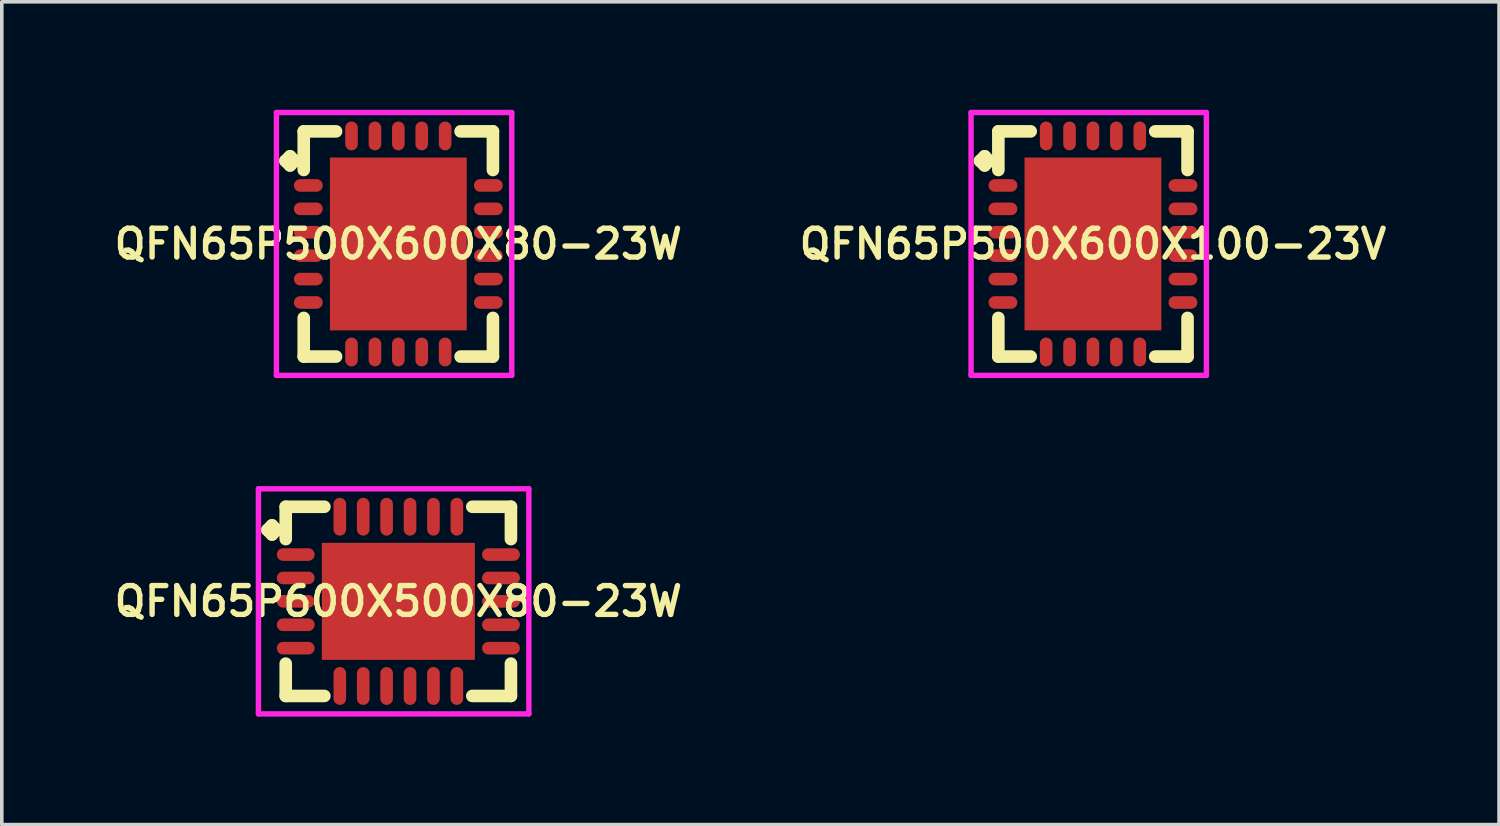
<source format=kicad_pcb>
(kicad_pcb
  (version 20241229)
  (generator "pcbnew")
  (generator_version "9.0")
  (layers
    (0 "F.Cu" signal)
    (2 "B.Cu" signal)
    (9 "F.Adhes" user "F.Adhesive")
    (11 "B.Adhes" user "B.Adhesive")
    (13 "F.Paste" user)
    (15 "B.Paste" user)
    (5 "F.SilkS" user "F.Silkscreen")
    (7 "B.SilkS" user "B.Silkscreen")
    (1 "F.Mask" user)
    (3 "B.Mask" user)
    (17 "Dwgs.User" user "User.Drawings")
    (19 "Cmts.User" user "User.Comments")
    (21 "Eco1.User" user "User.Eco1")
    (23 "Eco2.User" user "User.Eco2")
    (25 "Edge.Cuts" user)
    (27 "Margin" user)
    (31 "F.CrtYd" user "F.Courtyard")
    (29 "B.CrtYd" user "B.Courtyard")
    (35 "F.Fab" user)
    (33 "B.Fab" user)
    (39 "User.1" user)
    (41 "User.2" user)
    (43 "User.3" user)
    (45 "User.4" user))
  (footprint "QFN65P600X500X80-23W"
    (layer "F.Cu")
    (at 8.012 13.65)
    (property "Reference" "QFN65P600X500X80-23W" (at 0 0 0) (layer "F.SilkS") (effects (font (size 0.8 0.8) (thickness 0.15))))
    (attr smd)
    (fp_line (start -3.635 -1.983) (end -3.508 -2.11) (stroke (width 0.35) (type solid)) (layer "F.SilkS"))
    (fp_line (start -3.508 -2.11) (end -3.381 -1.983) (stroke (width 0.35) (type solid)) (layer "F.SilkS"))
    (fp_line (start -3.508 -1.856) (end -3.635 -1.983) (stroke (width 0.35) (type solid)) (layer "F.SilkS"))
    (fp_line (start -3.381 -1.983) (end -3.508 -1.856) (stroke (width 0.35) (type solid)) (layer "F.SilkS"))
    (fp_line (start -3.127 -2.627) (end -2.054 -2.627) (stroke (width 0.35) (type solid)) (layer "F.SilkS"))
    (fp_line (start -3.127 -1.729) (end -3.127 -2.627) (stroke (width 0.35) (type solid)) (layer "F.SilkS"))
    (fp_line (start -3.127 1.729) (end -3.127 2.627) (stroke (width 0.35) (type solid)) (layer "F.SilkS"))
    (fp_line (start -3.127 2.627) (end -2.054 2.627) (stroke (width 0.35) (type solid)) (layer "F.SilkS"))
    (fp_line (start 2.054 -2.627) (end 3.127 -2.627) (stroke (width 0.35) (type solid)) (layer "F.SilkS"))
    (fp_line (start 2.054 2.627) (end 3.127 2.627) (stroke (width 0.35) (type solid)) (layer "F.SilkS"))
    (fp_line (start 3.127 -2.627) (end 3.127 -1.729) (stroke (width 0.35) (type solid)) (layer "F.SilkS"))
    (fp_line (start 3.127 2.627) (end 3.127 1.729) (stroke (width 0.35) (type solid)) (layer "F.SilkS"))
    (fp_line (start -3.885 -3.125) (end 3.625 -3.125) (stroke (width 0.15) (type solid)) (layer "F.CrtYd"))
    (fp_line (start -3.885 3.125) (end -3.885 -3.125) (stroke (width 0.15) (type solid)) (layer "F.CrtYd"))
    (fp_line (start 3.625 -3.125) (end 3.625 3.125) (stroke (width 0.15) (type solid)) (layer "F.CrtYd"))
    (fp_line (start 3.625 3.125) (end -3.885 3.125) (stroke (width 0.15) (type solid)) (layer "F.CrtYd"))
    (pad "1" smd oval (at -2.85 -1.3) (size 1.05 0.35) (layers "F.Cu" "F.Mask" "F.Paste"))
    (pad "2" smd oval (at -2.85 -0.65) (size 1.05 0.35) (layers "F.Cu" "F.Mask" "F.Paste"))
    (pad "3" smd oval (at -2.85 0) (size 1.05 0.35) (layers "F.Cu" "F.Mask" "F.Paste"))
    (pad "4" smd oval (at -2.85 0.65) (size 1.05 0.35) (layers "F.Cu" "F.Mask" "F.Paste"))
    (pad "5" smd oval (at -2.85 1.3) (size 1.05 0.35) (layers "F.Cu" "F.Mask" "F.Paste"))
    (pad "6" smd oval (at -1.625 2.35) (size 0.35 1.05) (layers "F.Cu" "F.Mask" "F.Paste"))
    (pad "7" smd oval (at -0.975 2.35) (size 0.35 1.05) (layers "F.Cu" "F.Mask" "F.Paste"))
    (pad "8" smd oval (at -0.325 2.35) (size 0.35 1.05) (layers "F.Cu" "F.Mask" "F.Paste"))
    (pad "9" smd oval (at 0.325 2.35) (size 0.35 1.05) (layers "F.Cu" "F.Mask" "F.Paste"))
    (pad "10" smd oval (at 0.975 2.35) (size 0.35 1.05) (layers "F.Cu" "F.Mask" "F.Paste"))
    (pad "11" smd oval (at 1.625 2.35) (size 0.35 1.05) (layers "F.Cu" "F.Mask" "F.Paste"))
    (pad "12" smd oval (at 2.85 1.3) (size 1.05 0.35) (layers "F.Cu" "F.Mask" "F.Paste"))
    (pad "13" smd oval (at 2.85 0.65) (size 1.05 0.35) (layers "F.Cu" "F.Mask" "F.Paste"))
    (pad "14" smd oval (at 2.85 0) (size 1.05 0.35) (layers "F.Cu" "F.Mask" "F.Paste"))
    (pad "15" smd oval (at 2.85 -0.65) (size 1.05 0.35) (layers "F.Cu" "F.Mask" "F.Paste"))
    (pad "16" smd oval (at 2.85 -1.3) (size 1.05 0.35) (layers "F.Cu" "F.Mask" "F.Paste"))
    (pad "17" smd oval (at 1.625 -2.35) (size 0.35 1.05) (layers "F.Cu" "F.Mask" "F.Paste"))
    (pad "18" smd oval (at 0.975 -2.35) (size 0.35 1.05) (layers "F.Cu" "F.Mask" "F.Paste"))
    (pad "19" smd oval (at 0.325 -2.35) (size 0.35 1.05) (layers "F.Cu" "F.Mask" "F.Paste"))
    (pad "20" smd oval (at -0.325 -2.35) (size 0.35 1.05) (layers "F.Cu" "F.Mask" "F.Paste"))
    (pad "21" smd oval (at -0.975 -2.35) (size 0.35 1.05) (layers "F.Cu" "F.Mask" "F.Paste"))
    (pad "22" smd oval (at -1.625 -2.35) (size 0.35 1.05) (layers "F.Cu" "F.Mask" "F.Paste"))
    (pad "23" smd rect (at 0 0) (size 4.25 3.25) (layers "F.Cu" "F.Mask" "F.Paste")))
  (footprint "QFN65P500X600X100-23V"
    (layer "F.Cu")
    (at 27.302 3.725)
    (property "Reference" "QFN65P500X600X100-23V" (at 0 0 0) (layer "F.SilkS") (effects (font (size 0.8 0.8) (thickness 0.15))))
    (attr smd)
    (fp_line (start -3.135 -2.308) (end -3.008 -2.435) (stroke (width 0.35) (type solid)) (layer "F.SilkS"))
    (fp_line (start -3.008 -2.435) (end -2.881 -2.308) (stroke (width 0.35) (type solid)) (layer "F.SilkS"))
    (fp_line (start -3.008 -2.181) (end -3.135 -2.308) (stroke (width 0.35) (type solid)) (layer "F.SilkS"))
    (fp_line (start -2.881 -2.308) (end -3.008 -2.181) (stroke (width 0.35) (type solid)) (layer "F.SilkS"))
    (fp_line (start -2.627 -3.127) (end -1.729 -3.127) (stroke (width 0.35) (type solid)) (layer "F.SilkS"))
    (fp_line (start -2.627 -2.054) (end -2.627 -3.127) (stroke (width 0.35) (type solid)) (layer "F.SilkS"))
    (fp_line (start -2.627 2.054) (end -2.627 3.127) (stroke (width 0.35) (type solid)) (layer "F.SilkS"))
    (fp_line (start -2.627 3.127) (end -1.729 3.127) (stroke (width 0.35) (type solid)) (layer "F.SilkS"))
    (fp_line (start 1.729 -3.127) (end 2.627 -3.127) (stroke (width 0.35) (type solid)) (layer "F.SilkS"))
    (fp_line (start 1.729 3.127) (end 2.627 3.127) (stroke (width 0.35) (type solid)) (layer "F.SilkS"))
    (fp_line (start 2.627 -3.127) (end 2.627 -2.054) (stroke (width 0.35) (type solid)) (layer "F.SilkS"))
    (fp_line (start 2.627 3.127) (end 2.627 2.054) (stroke (width 0.35) (type solid)) (layer "F.SilkS"))
    (fp_line (start -3.385 -3.65) (end 3.15 -3.65) (stroke (width 0.15) (type solid)) (layer "F.CrtYd"))
    (fp_line (start -3.385 3.65) (end -3.385 -3.65) (stroke (width 0.15) (type solid)) (layer "F.CrtYd"))
    (fp_line (start 3.15 -3.65) (end 3.15 3.65) (stroke (width 0.15) (type solid)) (layer "F.CrtYd"))
    (fp_line (start 3.15 3.65) (end -3.385 3.65) (stroke (width 0.15) (type solid)) (layer "F.CrtYd"))
    (pad "1" smd oval (at -2.5 -1.625) (size 0.8 0.35) (layers "F.Cu" "F.Mask" "F.Paste"))
    (pad "2" smd oval (at -2.5 -0.975) (size 0.8 0.35) (layers "F.Cu" "F.Mask" "F.Paste"))
    (pad "3" smd oval (at -2.5 -0.325) (size 0.8 0.35) (layers "F.Cu" "F.Mask" "F.Paste"))
    (pad "4" smd oval (at -2.5 0.325) (size 0.8 0.35) (layers "F.Cu" "F.Mask" "F.Paste"))
    (pad "5" smd oval (at -2.5 0.975) (size 0.8 0.35) (layers "F.Cu" "F.Mask" "F.Paste"))
    (pad "6" smd oval (at -2.5 1.625) (size 0.8 0.35) (layers "F.Cu" "F.Mask" "F.Paste"))
    (pad "7" smd oval (at -1.3 3) (size 0.35 0.8) (layers "F.Cu" "F.Mask" "F.Paste"))
    (pad "8" smd oval (at -0.65 3) (size 0.35 0.8) (layers "F.Cu" "F.Mask" "F.Paste"))
    (pad "9" smd oval (at 0 3) (size 0.35 0.8) (layers "F.Cu" "F.Mask" "F.Paste"))
    (pad "10" smd oval (at 0.65 3) (size 0.35 0.8) (layers "F.Cu" "F.Mask" "F.Paste"))
    (pad "11" smd oval (at 1.3 3) (size 0.35 0.8) (layers "F.Cu" "F.Mask" "F.Paste"))
    (pad "12" smd oval (at 2.5 1.625) (size 0.8 0.35) (layers "F.Cu" "F.Mask" "F.Paste"))
    (pad "13" smd oval (at 2.5 0.975) (size 0.8 0.35) (layers "F.Cu" "F.Mask" "F.Paste"))
    (pad "14" smd oval (at 2.5 0.325) (size 0.8 0.35) (layers "F.Cu" "F.Mask" "F.Paste"))
    (pad "15" smd oval (at 2.5 -0.325) (size 0.8 0.35) (layers "F.Cu" "F.Mask" "F.Paste"))
    (pad "16" smd oval (at 2.5 -0.975) (size 0.8 0.35) (layers "F.Cu" "F.Mask" "F.Paste"))
    (pad "17" smd oval (at 2.5 -1.625) (size 0.8 0.35) (layers "F.Cu" "F.Mask" "F.Paste"))
    (pad "18" smd oval (at 1.3 -3) (size 0.35 0.8) (layers "F.Cu" "F.Mask" "F.Paste"))
    (pad "19" smd oval (at 0.65 -3) (size 0.35 0.8) (layers "F.Cu" "F.Mask" "F.Paste"))
    (pad "20" smd oval (at 0 -3) (size 0.35 0.8) (layers "F.Cu" "F.Mask" "F.Paste"))
    (pad "21" smd oval (at -0.65 -3) (size 0.35 0.8) (layers "F.Cu" "F.Mask" "F.Paste"))
    (pad "22" smd oval (at -1.3 -3) (size 0.35 0.8) (layers "F.Cu" "F.Mask" "F.Paste"))
    (pad "23" smd rect (at 0 0) (size 3.8 4.8) (layers "F.Cu" "F.Mask" "F.Paste")))
  (footprint "QFN65P500X600X80-23W"
    (layer "F.Cu")
    (at 8.012 3.725)
    (property "Reference" "QFN65P500X600X80-23W" (at 0 0 0) (layer "F.SilkS") (effects (font (size 0.8 0.8) (thickness 0.15))))
    (attr smd)
    (fp_line (start -3.135 -2.308) (end -3.008 -2.435) (stroke (width 0.35) (type solid)) (layer "F.SilkS"))
    (fp_line (start -3.008 -2.435) (end -2.881 -2.308) (stroke (width 0.35) (type solid)) (layer "F.SilkS"))
    (fp_line (start -3.008 -2.181) (end -3.135 -2.308) (stroke (width 0.35) (type solid)) (layer "F.SilkS"))
    (fp_line (start -2.881 -2.308) (end -3.008 -2.181) (stroke (width 0.35) (type solid)) (layer "F.SilkS"))
    (fp_line (start -2.627 -3.127) (end -1.729 -3.127) (stroke (width 0.35) (type solid)) (layer "F.SilkS"))
    (fp_line (start -2.627 -2.054) (end -2.627 -3.127) (stroke (width 0.35) (type solid)) (layer "F.SilkS"))
    (fp_line (start -2.627 2.054) (end -2.627 3.127) (stroke (width 0.35) (type solid)) (layer "F.SilkS"))
    (fp_line (start -2.627 3.127) (end -1.729 3.127) (stroke (width 0.35) (type solid)) (layer "F.SilkS"))
    (fp_line (start 1.729 -3.127) (end 2.627 -3.127) (stroke (width 0.35) (type solid)) (layer "F.SilkS"))
    (fp_line (start 1.729 3.127) (end 2.627 3.127) (stroke (width 0.35) (type solid)) (layer "F.SilkS"))
    (fp_line (start 2.627 -3.127) (end 2.627 -2.054) (stroke (width 0.35) (type solid)) (layer "F.SilkS"))
    (fp_line (start 2.627 3.127) (end 2.627 2.054) (stroke (width 0.35) (type solid)) (layer "F.SilkS"))
    (fp_line (start -3.385 -3.65) (end 3.15 -3.65) (stroke (width 0.15) (type solid)) (layer "F.CrtYd"))
    (fp_line (start -3.385 3.65) (end -3.385 -3.65) (stroke (width 0.15) (type solid)) (layer "F.CrtYd"))
    (fp_line (start 3.15 -3.65) (end 3.15 3.65) (stroke (width 0.15) (type solid)) (layer "F.CrtYd"))
    (fp_line (start 3.15 3.65) (end -3.385 3.65) (stroke (width 0.15) (type solid)) (layer "F.CrtYd"))
    (pad "1" smd oval (at -2.5 -1.625) (size 0.8 0.35) (layers "F.Cu" "F.Mask" "F.Paste"))
    (pad "2" smd oval (at -2.5 -0.975) (size 0.8 0.35) (layers "F.Cu" "F.Mask" "F.Paste"))
    (pad "3" smd oval (at -2.5 -0.325) (size 0.8 0.35) (layers "F.Cu" "F.Mask" "F.Paste"))
    (pad "4" smd oval (at -2.5 0.325) (size 0.8 0.35) (layers "F.Cu" "F.Mask" "F.Paste"))
    (pad "5" smd oval (at -2.5 0.975) (size 0.8 0.35) (layers "F.Cu" "F.Mask" "F.Paste"))
    (pad "6" smd oval (at -2.5 1.625) (size 0.8 0.35) (layers "F.Cu" "F.Mask" "F.Paste"))
    (pad "7" smd oval (at -1.3 3) (size 0.35 0.8) (layers "F.Cu" "F.Mask" "F.Paste"))
    (pad "8" smd oval (at -0.65 3) (size 0.35 0.8) (layers "F.Cu" "F.Mask" "F.Paste"))
    (pad "9" smd oval (at 0 3) (size 0.35 0.8) (layers "F.Cu" "F.Mask" "F.Paste"))
    (pad "10" smd oval (at 0.65 3) (size 0.35 0.8) (layers "F.Cu" "F.Mask" "F.Paste"))
    (pad "11" smd oval (at 1.3 3) (size 0.35 0.8) (layers "F.Cu" "F.Mask" "F.Paste"))
    (pad "12" smd oval (at 2.5 1.625) (size 0.8 0.35) (layers "F.Cu" "F.Mask" "F.Paste"))
    (pad "13" smd oval (at 2.5 0.975) (size 0.8 0.35) (layers "F.Cu" "F.Mask" "F.Paste"))
    (pad "14" smd oval (at 2.5 0.325) (size 0.8 0.35) (layers "F.Cu" "F.Mask" "F.Paste"))
    (pad "15" smd oval (at 2.5 -0.325) (size 0.8 0.35) (layers "F.Cu" "F.Mask" "F.Paste"))
    (pad "16" smd oval (at 2.5 -0.975) (size 0.8 0.35) (layers "F.Cu" "F.Mask" "F.Paste"))
    (pad "17" smd oval (at 2.5 -1.625) (size 0.8 0.35) (layers "F.Cu" "F.Mask" "F.Paste"))
    (pad "18" smd oval (at 1.3 -3) (size 0.35 0.8) (layers "F.Cu" "F.Mask" "F.Paste"))
    (pad "19" smd oval (at 0.65 -3) (size 0.35 0.8) (layers "F.Cu" "F.Mask" "F.Paste"))
    (pad "20" smd oval (at 0 -3) (size 0.35 0.8) (layers "F.Cu" "F.Mask" "F.Paste"))
    (pad "21" smd oval (at -0.65 -3) (size 0.35 0.8) (layers "F.Cu" "F.Mask" "F.Paste"))
    (pad "22" smd oval (at -1.3 -3) (size 0.35 0.8) (layers "F.Cu" "F.Mask" "F.Paste"))
    (pad "23" smd rect (at 0 0) (size 3.8 4.8) (layers "F.Cu" "F.Mask" "F.Paste")))
  (gr_rect
    (start -3 -3)
    (end 38.58 19.85)
    (stroke (width 0.1) (type default))
    (fill no)
    (layer "Edge.Cuts")))
</source>
